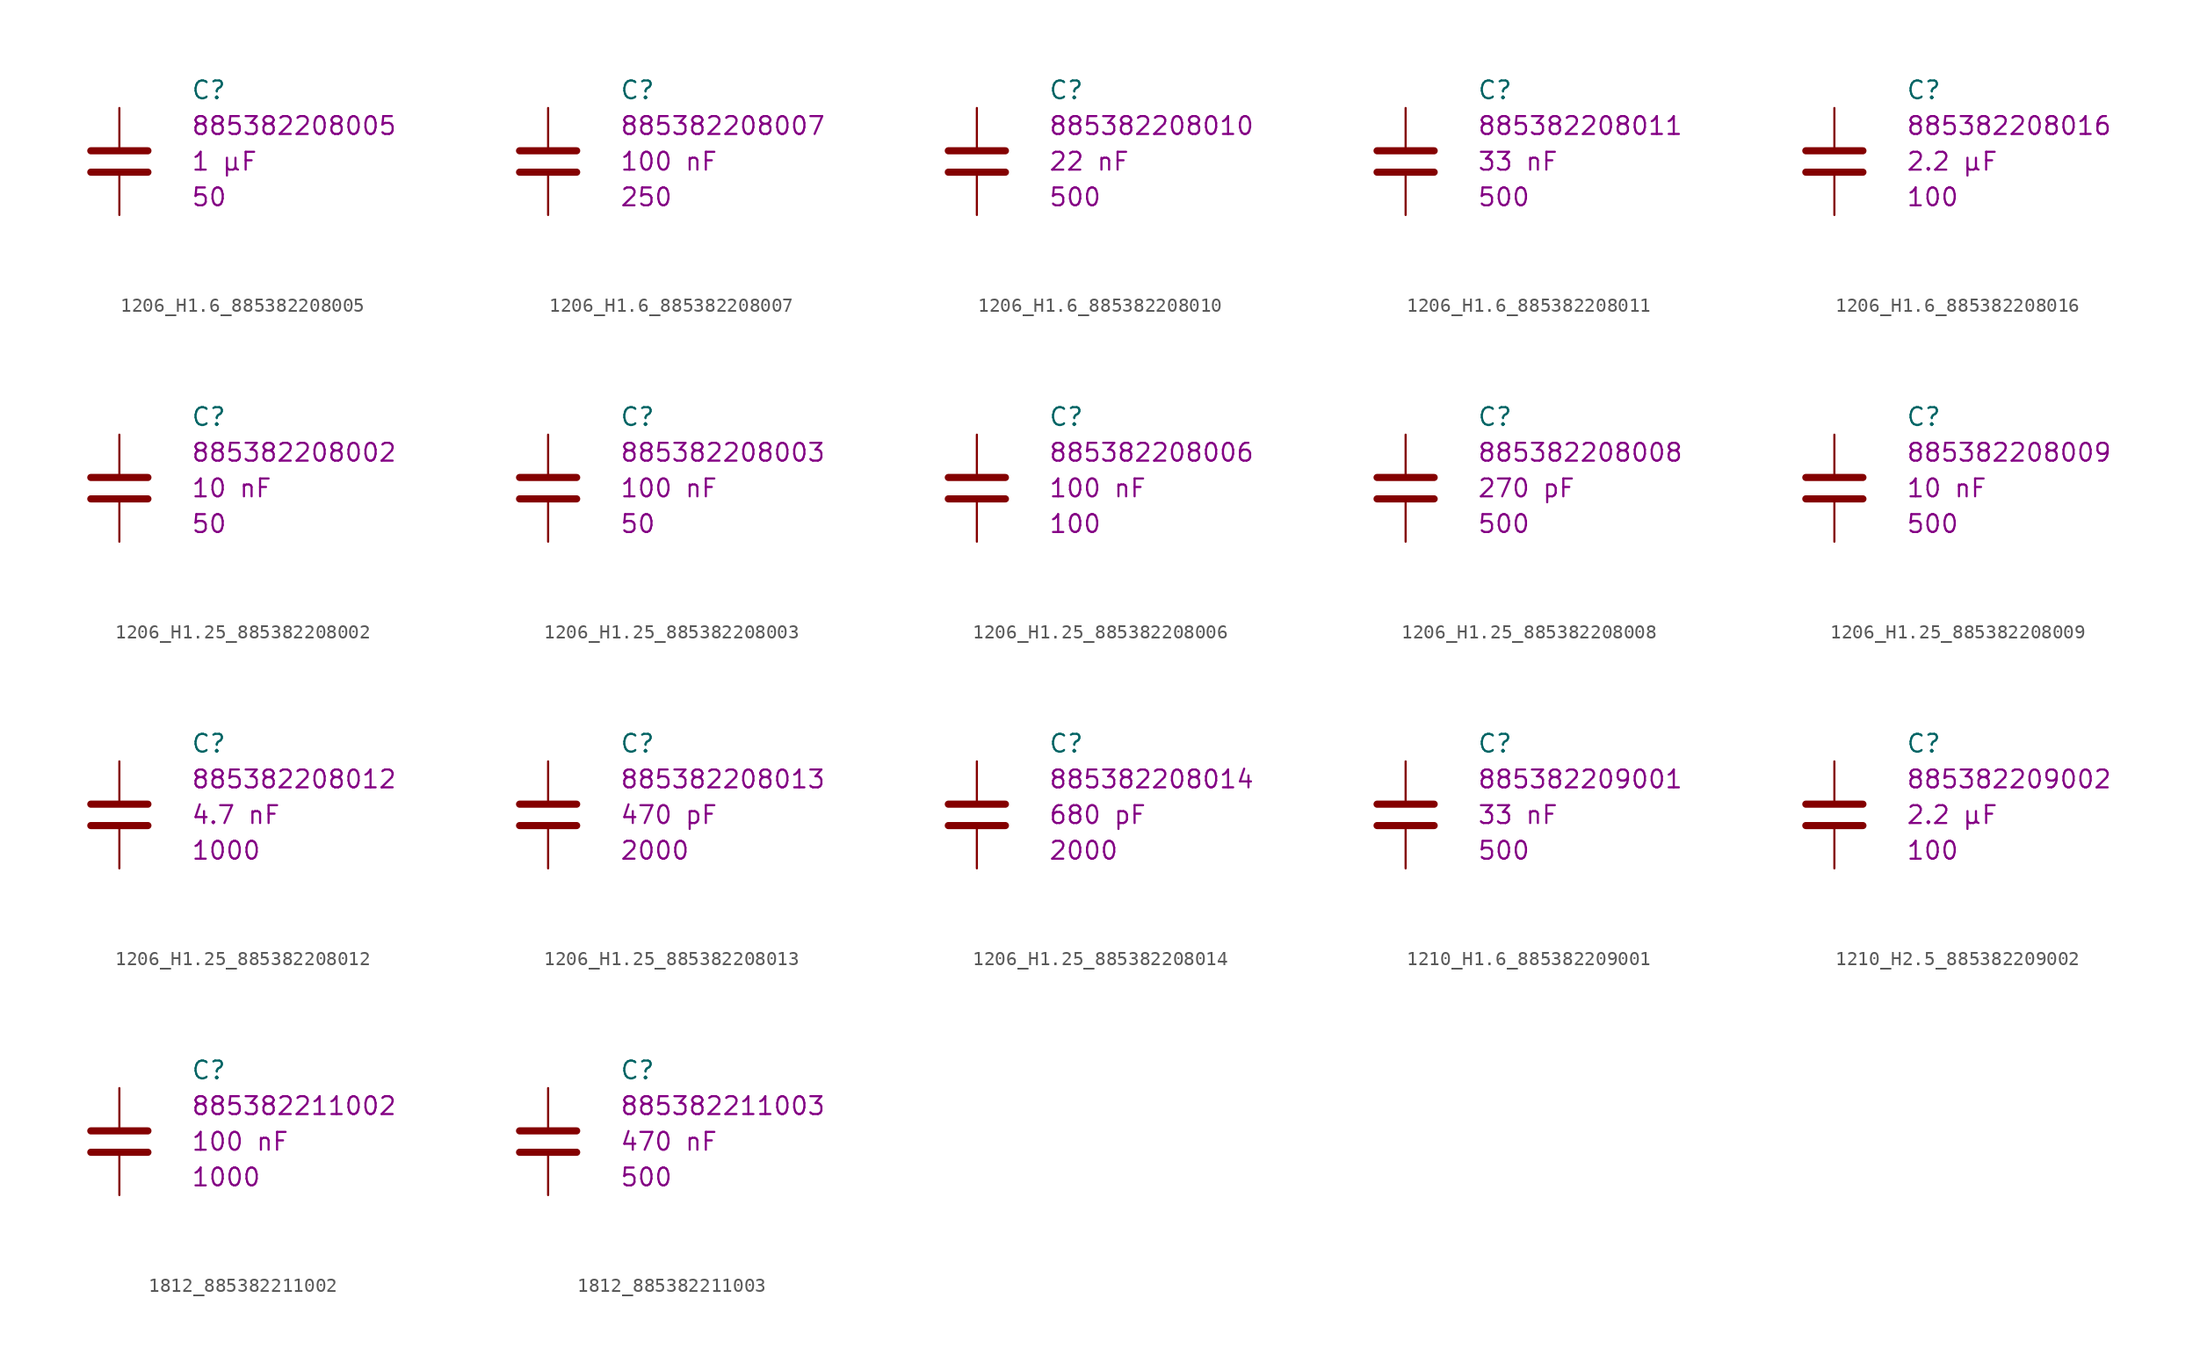
<source format=kicad_sym>
(kicad_symbol_lib
  (version 20220914)
  (generator kicad_symbol_editor)
  (symbol "1206_H1.6_885382208005"
    (pin_numbers hide)
    (pin_names hide)
    (property "Reference" "C"
      (at 5.08 5.08 0)
      (effects (font (size 1.27 1.27)) (justify left)))
    (property "Part Number" "885382208005"
      (at 5.08 2.54 0)
      (effects (font (size 1.27 1.27)) (justify left)))
    (property "Capacitance" "1 µF"
      (at 5.08 0 0)
      (effects (font (size 1.27 1.27)) (justify left)))
    (property "Voltage" "50"
      (at 5.08 -2.54 0)
      (effects (font (size 1.27 1.27)) (justify left)))
    (property "Critical Parameter" ""
      (at 0 -7.62 0)
      (effects (font (size 1.27 1.27))))
    (symbol "1206_H1.6_885382208005_0_1"
      (polyline (pts (xy -2.032 -0.762) (xy 2.032 -0.762)) (stroke (width 0.508) (type default)) (fill (type none)))
      (polyline (pts (xy -2.032 0.762) (xy 2.032 0.762)) (stroke (width 0.508) (type default)) (fill (type none))))
    (symbol "1206_H1.6_885382208005_1_1"
      (pin passive line (at 0 3.81 270) (length 2.794) (name "1" (effects (font (size 1.27 1.27)))) (number "1" (effects (font (size 1.27 1.27)))))
      (pin passive line (at 0 -3.81 90) (length 2.794) (name "2" (effects (font (size 1.27 1.27)))) (number "2" (effects (font (size 1.27 1.27)))))))
  (symbol "1206_H1.6_885382208007"
    (pin_numbers hide)
    (pin_names hide)
    (property "Reference" "C"
      (at 5.08 5.08 0)
      (effects (font (size 1.27 1.27)) (justify left)))
    (property "Part Number" "885382208007"
      (at 5.08 2.54 0)
      (effects (font (size 1.27 1.27)) (justify left)))
    (property "Capacitance" "100 nF"
      (at 5.08 0 0)
      (effects (font (size 1.27 1.27)) (justify left)))
    (property "Voltage" "250"
      (at 5.08 -2.54 0)
      (effects (font (size 1.27 1.27)) (justify left)))
    (property "Critical Parameter" ""
      (at 0 -7.62 0)
      (effects (font (size 1.27 1.27))))
    (symbol "1206_H1.6_885382208007_0_1"
      (polyline (pts (xy -2.032 -0.762) (xy 2.032 -0.762)) (stroke (width 0.508) (type default)) (fill (type none)))
      (polyline (pts (xy -2.032 0.762) (xy 2.032 0.762)) (stroke (width 0.508) (type default)) (fill (type none))))
    (symbol "1206_H1.6_885382208007_1_1"
      (pin passive line (at 0 3.81 270) (length 2.794) (name "1" (effects (font (size 1.27 1.27)))) (number "1" (effects (font (size 1.27 1.27)))))
      (pin passive line (at 0 -3.81 90) (length 2.794) (name "2" (effects (font (size 1.27 1.27)))) (number "2" (effects (font (size 1.27 1.27)))))))
  (symbol "1206_H1.6_885382208010"
    (pin_numbers hide)
    (pin_names hide)
    (property "Reference" "C"
      (at 5.08 5.08 0)
      (effects (font (size 1.27 1.27)) (justify left)))
    (property "Part Number" "885382208010"
      (at 5.08 2.54 0)
      (effects (font (size 1.27 1.27)) (justify left)))
    (property "Capacitance" "22 nF"
      (at 5.08 0 0)
      (effects (font (size 1.27 1.27)) (justify left)))
    (property "Voltage" "500"
      (at 5.08 -2.54 0)
      (effects (font (size 1.27 1.27)) (justify left)))
    (property "Critical Parameter" ""
      (at 0 -7.62 0)
      (effects (font (size 1.27 1.27))))
    (symbol "1206_H1.6_885382208010_0_1"
      (polyline (pts (xy -2.032 -0.762) (xy 2.032 -0.762)) (stroke (width 0.508) (type default)) (fill (type none)))
      (polyline (pts (xy -2.032 0.762) (xy 2.032 0.762)) (stroke (width 0.508) (type default)) (fill (type none))))
    (symbol "1206_H1.6_885382208010_1_1"
      (pin passive line (at 0 3.81 270) (length 2.794) (name "1" (effects (font (size 1.27 1.27)))) (number "1" (effects (font (size 1.27 1.27)))))
      (pin passive line (at 0 -3.81 90) (length 2.794) (name "2" (effects (font (size 1.27 1.27)))) (number "2" (effects (font (size 1.27 1.27)))))))
  (symbol "1206_H1.6_885382208011"
    (pin_numbers hide)
    (pin_names hide)
    (property "Reference" "C"
      (at 5.08 5.08 0)
      (effects (font (size 1.27 1.27)) (justify left)))
    (property "Part Number" "885382208011"
      (at 5.08 2.54 0)
      (effects (font (size 1.27 1.27)) (justify left)))
    (property "Capacitance" "33 nF"
      (at 5.08 0 0)
      (effects (font (size 1.27 1.27)) (justify left)))
    (property "Voltage" "500"
      (at 5.08 -2.54 0)
      (effects (font (size 1.27 1.27)) (justify left)))
    (property "Critical Parameter" ""
      (at 0 -7.62 0)
      (effects (font (size 1.27 1.27))))
    (symbol "1206_H1.6_885382208011_0_1"
      (polyline (pts (xy -2.032 -0.762) (xy 2.032 -0.762)) (stroke (width 0.508) (type default)) (fill (type none)))
      (polyline (pts (xy -2.032 0.762) (xy 2.032 0.762)) (stroke (width 0.508) (type default)) (fill (type none))))
    (symbol "1206_H1.6_885382208011_1_1"
      (pin passive line (at 0 3.81 270) (length 2.794) (name "1" (effects (font (size 1.27 1.27)))) (number "1" (effects (font (size 1.27 1.27)))))
      (pin passive line (at 0 -3.81 90) (length 2.794) (name "2" (effects (font (size 1.27 1.27)))) (number "2" (effects (font (size 1.27 1.27)))))))
  (symbol "1206_H1.6_885382208016"
    (pin_numbers hide)
    (pin_names hide)
    (property "Reference" "C"
      (at 5.08 5.08 0)
      (effects (font (size 1.27 1.27)) (justify left)))
    (property "Part Number" "885382208016"
      (at 5.08 2.54 0)
      (effects (font (size 1.27 1.27)) (justify left)))
    (property "Capacitance" "2.2 µF"
      (at 5.08 0 0)
      (effects (font (size 1.27 1.27)) (justify left)))
    (property "Voltage" "100"
      (at 5.08 -2.54 0)
      (effects (font (size 1.27 1.27)) (justify left)))
    (property "Critical Parameter" ""
      (at 0 -7.62 0)
      (effects (font (size 1.27 1.27))))
    (symbol "1206_H1.6_885382208016_0_1"
      (polyline (pts (xy -2.032 -0.762) (xy 2.032 -0.762)) (stroke (width 0.508) (type default)) (fill (type none)))
      (polyline (pts (xy -2.032 0.762) (xy 2.032 0.762)) (stroke (width 0.508) (type default)) (fill (type none))))
    (symbol "1206_H1.6_885382208016_1_1"
      (pin passive line (at 0 3.81 270) (length 2.794) (name "1" (effects (font (size 1.27 1.27)))) (number "1" (effects (font (size 1.27 1.27)))))
      (pin passive line (at 0 -3.81 90) (length 2.794) (name "2" (effects (font (size 1.27 1.27)))) (number "2" (effects (font (size 1.27 1.27)))))))
  (symbol "1206_H1.25_885382208002"
    (pin_numbers hide)
    (pin_names hide)
    (property "Reference" "C"
      (at 5.08 5.08 0)
      (effects (font (size 1.27 1.27)) (justify left)))
    (property "Part Number" "885382208002"
      (at 5.08 2.54 0)
      (effects (font (size 1.27 1.27)) (justify left)))
    (property "Capacitance" "10 nF"
      (at 5.08 0 0)
      (effects (font (size 1.27 1.27)) (justify left)))
    (property "Voltage" "50"
      (at 5.08 -2.54 0)
      (effects (font (size 1.27 1.27)) (justify left)))
    (property "Critical Parameter" ""
      (at 0 -7.62 0)
      (effects (font (size 1.27 1.27))))
    (symbol "1206_H1.25_885382208002_0_1"
      (polyline (pts (xy -2.032 -0.762) (xy 2.032 -0.762)) (stroke (width 0.508) (type default)) (fill (type none)))
      (polyline (pts (xy -2.032 0.762) (xy 2.032 0.762)) (stroke (width 0.508) (type default)) (fill (type none))))
    (symbol "1206_H1.25_885382208002_1_1"
      (pin passive line (at 0 3.81 270) (length 2.794) (name "1" (effects (font (size 1.27 1.27)))) (number "1" (effects (font (size 1.27 1.27)))))
      (pin passive line (at 0 -3.81 90) (length 2.794) (name "2" (effects (font (size 1.27 1.27)))) (number "2" (effects (font (size 1.27 1.27)))))))
  (symbol "1206_H1.25_885382208003"
    (pin_numbers hide)
    (pin_names hide)
    (property "Reference" "C"
      (at 5.08 5.08 0)
      (effects (font (size 1.27 1.27)) (justify left)))
    (property "Part Number" "885382208003"
      (at 5.08 2.54 0)
      (effects (font (size 1.27 1.27)) (justify left)))
    (property "Capacitance" "100 nF"
      (at 5.08 0 0)
      (effects (font (size 1.27 1.27)) (justify left)))
    (property "Voltage" "50"
      (at 5.08 -2.54 0)
      (effects (font (size 1.27 1.27)) (justify left)))
    (property "Critical Parameter" ""
      (at 0 -7.62 0)
      (effects (font (size 1.27 1.27))))
    (symbol "1206_H1.25_885382208003_0_1"
      (polyline (pts (xy -2.032 -0.762) (xy 2.032 -0.762)) (stroke (width 0.508) (type default)) (fill (type none)))
      (polyline (pts (xy -2.032 0.762) (xy 2.032 0.762)) (stroke (width 0.508) (type default)) (fill (type none))))
    (symbol "1206_H1.25_885382208003_1_1"
      (pin passive line (at 0 3.81 270) (length 2.794) (name "1" (effects (font (size 1.27 1.27)))) (number "1" (effects (font (size 1.27 1.27)))))
      (pin passive line (at 0 -3.81 90) (length 2.794) (name "2" (effects (font (size 1.27 1.27)))) (number "2" (effects (font (size 1.27 1.27)))))))
  (symbol "1206_H1.25_885382208006"
    (pin_numbers hide)
    (pin_names hide)
    (property "Reference" "C"
      (at 5.08 5.08 0)
      (effects (font (size 1.27 1.27)) (justify left)))
    (property "Part Number" "885382208006"
      (at 5.08 2.54 0)
      (effects (font (size 1.27 1.27)) (justify left)))
    (property "Capacitance" "100 nF"
      (at 5.08 0 0)
      (effects (font (size 1.27 1.27)) (justify left)))
    (property "Voltage" "100"
      (at 5.08 -2.54 0)
      (effects (font (size 1.27 1.27)) (justify left)))
    (property "Critical Parameter" ""
      (at 0 -7.62 0)
      (effects (font (size 1.27 1.27))))
    (symbol "1206_H1.25_885382208006_0_1"
      (polyline (pts (xy -2.032 -0.762) (xy 2.032 -0.762)) (stroke (width 0.508) (type default)) (fill (type none)))
      (polyline (pts (xy -2.032 0.762) (xy 2.032 0.762)) (stroke (width 0.508) (type default)) (fill (type none))))
    (symbol "1206_H1.25_885382208006_1_1"
      (pin passive line (at 0 3.81 270) (length 2.794) (name "1" (effects (font (size 1.27 1.27)))) (number "1" (effects (font (size 1.27 1.27)))))
      (pin passive line (at 0 -3.81 90) (length 2.794) (name "2" (effects (font (size 1.27 1.27)))) (number "2" (effects (font (size 1.27 1.27)))))))
  (symbol "1206_H1.25_885382208008"
    (pin_numbers hide)
    (pin_names hide)
    (property "Reference" "C"
      (at 5.08 5.08 0)
      (effects (font (size 1.27 1.27)) (justify left)))
    (property "Part Number" "885382208008"
      (at 5.08 2.54 0)
      (effects (font (size 1.27 1.27)) (justify left)))
    (property "Capacitance" "270 pF"
      (at 5.08 0 0)
      (effects (font (size 1.27 1.27)) (justify left)))
    (property "Voltage" "500"
      (at 5.08 -2.54 0)
      (effects (font (size 1.27 1.27)) (justify left)))
    (property "Critical Parameter" ""
      (at 0 -7.62 0)
      (effects (font (size 1.27 1.27))))
    (symbol "1206_H1.25_885382208008_0_1"
      (polyline (pts (xy -2.032 -0.762) (xy 2.032 -0.762)) (stroke (width 0.508) (type default)) (fill (type none)))
      (polyline (pts (xy -2.032 0.762) (xy 2.032 0.762)) (stroke (width 0.508) (type default)) (fill (type none))))
    (symbol "1206_H1.25_885382208008_1_1"
      (pin passive line (at 0 3.81 270) (length 2.794) (name "1" (effects (font (size 1.27 1.27)))) (number "1" (effects (font (size 1.27 1.27)))))
      (pin passive line (at 0 -3.81 90) (length 2.794) (name "2" (effects (font (size 1.27 1.27)))) (number "2" (effects (font (size 1.27 1.27)))))))
  (symbol "1206_H1.25_885382208009"
    (pin_numbers hide)
    (pin_names hide)
    (property "Reference" "C"
      (at 5.08 5.08 0)
      (effects (font (size 1.27 1.27)) (justify left)))
    (property "Part Number" "885382208009"
      (at 5.08 2.54 0)
      (effects (font (size 1.27 1.27)) (justify left)))
    (property "Capacitance" "10 nF"
      (at 5.08 0 0)
      (effects (font (size 1.27 1.27)) (justify left)))
    (property "Voltage" "500"
      (at 5.08 -2.54 0)
      (effects (font (size 1.27 1.27)) (justify left)))
    (property "Critical Parameter" ""
      (at 0 -7.62 0)
      (effects (font (size 1.27 1.27))))
    (symbol "1206_H1.25_885382208009_0_1"
      (polyline (pts (xy -2.032 -0.762) (xy 2.032 -0.762)) (stroke (width 0.508) (type default)) (fill (type none)))
      (polyline (pts (xy -2.032 0.762) (xy 2.032 0.762)) (stroke (width 0.508) (type default)) (fill (type none))))
    (symbol "1206_H1.25_885382208009_1_1"
      (pin passive line (at 0 3.81 270) (length 2.794) (name "1" (effects (font (size 1.27 1.27)))) (number "1" (effects (font (size 1.27 1.27)))))
      (pin passive line (at 0 -3.81 90) (length 2.794) (name "2" (effects (font (size 1.27 1.27)))) (number "2" (effects (font (size 1.27 1.27)))))))
  (symbol "1206_H1.25_885382208012"
    (pin_numbers hide)
    (pin_names hide)
    (property "Reference" "C"
      (at 5.08 5.08 0)
      (effects (font (size 1.27 1.27)) (justify left)))
    (property "Part Number" "885382208012"
      (at 5.08 2.54 0)
      (effects (font (size 1.27 1.27)) (justify left)))
    (property "Capacitance" "4.7 nF"
      (at 5.08 0 0)
      (effects (font (size 1.27 1.27)) (justify left)))
    (property "Voltage" "1000"
      (at 5.08 -2.54 0)
      (effects (font (size 1.27 1.27)) (justify left)))
    (property "Critical Parameter" ""
      (at 0 -7.62 0)
      (effects (font (size 1.27 1.27))))
    (symbol "1206_H1.25_885382208012_0_1"
      (polyline (pts (xy -2.032 -0.762) (xy 2.032 -0.762)) (stroke (width 0.508) (type default)) (fill (type none)))
      (polyline (pts (xy -2.032 0.762) (xy 2.032 0.762)) (stroke (width 0.508) (type default)) (fill (type none))))
    (symbol "1206_H1.25_885382208012_1_1"
      (pin passive line (at 0 3.81 270) (length 2.794) (name "1" (effects (font (size 1.27 1.27)))) (number "1" (effects (font (size 1.27 1.27)))))
      (pin passive line (at 0 -3.81 90) (length 2.794) (name "2" (effects (font (size 1.27 1.27)))) (number "2" (effects (font (size 1.27 1.27)))))))
  (symbol "1206_H1.25_885382208013"
    (pin_numbers hide)
    (pin_names hide)
    (property "Reference" "C"
      (at 5.08 5.08 0)
      (effects (font (size 1.27 1.27)) (justify left)))
    (property "Part Number" "885382208013"
      (at 5.08 2.54 0)
      (effects (font (size 1.27 1.27)) (justify left)))
    (property "Capacitance" "470 pF"
      (at 5.08 0 0)
      (effects (font (size 1.27 1.27)) (justify left)))
    (property "Voltage" "2000"
      (at 5.08 -2.54 0)
      (effects (font (size 1.27 1.27)) (justify left)))
    (property "Critical Parameter" ""
      (at 0 -7.62 0)
      (effects (font (size 1.27 1.27))))
    (symbol "1206_H1.25_885382208013_0_1"
      (polyline (pts (xy -2.032 -0.762) (xy 2.032 -0.762)) (stroke (width 0.508) (type default)) (fill (type none)))
      (polyline (pts (xy -2.032 0.762) (xy 2.032 0.762)) (stroke (width 0.508) (type default)) (fill (type none))))
    (symbol "1206_H1.25_885382208013_1_1"
      (pin passive line (at 0 3.81 270) (length 2.794) (name "1" (effects (font (size 1.27 1.27)))) (number "1" (effects (font (size 1.27 1.27)))))
      (pin passive line (at 0 -3.81 90) (length 2.794) (name "2" (effects (font (size 1.27 1.27)))) (number "2" (effects (font (size 1.27 1.27)))))))
  (symbol "1206_H1.25_885382208014"
    (pin_numbers hide)
    (pin_names hide)
    (property "Reference" "C"
      (at 5.08 5.08 0)
      (effects (font (size 1.27 1.27)) (justify left)))
    (property "Part Number" "885382208014"
      (at 5.08 2.54 0)
      (effects (font (size 1.27 1.27)) (justify left)))
    (property "Capacitance" "680 pF"
      (at 5.08 0 0)
      (effects (font (size 1.27 1.27)) (justify left)))
    (property "Voltage" "2000"
      (at 5.08 -2.54 0)
      (effects (font (size 1.27 1.27)) (justify left)))
    (property "Critical Parameter" ""
      (at 0 -7.62 0)
      (effects (font (size 1.27 1.27))))
    (symbol "1206_H1.25_885382208014_0_1"
      (polyline (pts (xy -2.032 -0.762) (xy 2.032 -0.762)) (stroke (width 0.508) (type default)) (fill (type none)))
      (polyline (pts (xy -2.032 0.762) (xy 2.032 0.762)) (stroke (width 0.508) (type default)) (fill (type none))))
    (symbol "1206_H1.25_885382208014_1_1"
      (pin passive line (at 0 3.81 270) (length 2.794) (name "1" (effects (font (size 1.27 1.27)))) (number "1" (effects (font (size 1.27 1.27)))))
      (pin passive line (at 0 -3.81 90) (length 2.794) (name "2" (effects (font (size 1.27 1.27)))) (number "2" (effects (font (size 1.27 1.27)))))))
  (symbol "1210_H1.6_885382209001"
    (pin_numbers hide)
    (pin_names hide)
    (property "Reference" "C"
      (at 5.08 5.08 0)
      (effects (font (size 1.27 1.27)) (justify left)))
    (property "Part Number" "885382209001"
      (at 5.08 2.54 0)
      (effects (font (size 1.27 1.27)) (justify left)))
    (property "Capacitance" "33 nF"
      (at 5.08 0 0)
      (effects (font (size 1.27 1.27)) (justify left)))
    (property "Voltage" "500"
      (at 5.08 -2.54 0)
      (effects (font (size 1.27 1.27)) (justify left)))
    (property "Critical Parameter" ""
      (at 0 -7.62 0)
      (effects (font (size 1.27 1.27))))
    (symbol "1210_H1.6_885382209001_0_1"
      (polyline (pts (xy -2.032 -0.762) (xy 2.032 -0.762)) (stroke (width 0.508) (type default)) (fill (type none)))
      (polyline (pts (xy -2.032 0.762) (xy 2.032 0.762)) (stroke (width 0.508) (type default)) (fill (type none))))
    (symbol "1210_H1.6_885382209001_1_1"
      (pin passive line (at 0 3.81 270) (length 2.794) (name "1" (effects (font (size 1.27 1.27)))) (number "1" (effects (font (size 1.27 1.27)))))
      (pin passive line (at 0 -3.81 90) (length 2.794) (name "2" (effects (font (size 1.27 1.27)))) (number "2" (effects (font (size 1.27 1.27)))))))
  (symbol "1210_H2.5_885382209002"
    (pin_numbers hide)
    (pin_names hide)
    (property "Reference" "C"
      (at 5.08 5.08 0)
      (effects (font (size 1.27 1.27)) (justify left)))
    (property "Part Number" "885382209002"
      (at 5.08 2.54 0)
      (effects (font (size 1.27 1.27)) (justify left)))
    (property "Capacitance" "2.2 µF"
      (at 5.08 0 0)
      (effects (font (size 1.27 1.27)) (justify left)))
    (property "Voltage" "100"
      (at 5.08 -2.54 0)
      (effects (font (size 1.27 1.27)) (justify left)))
    (property "Critical Parameter" ""
      (at 0 -7.62 0)
      (effects (font (size 1.27 1.27))))
    (symbol "1210_H2.5_885382209002_0_1"
      (polyline (pts (xy -2.032 -0.762) (xy 2.032 -0.762)) (stroke (width 0.508) (type default)) (fill (type none)))
      (polyline (pts (xy -2.032 0.762) (xy 2.032 0.762)) (stroke (width 0.508) (type default)) (fill (type none))))
    (symbol "1210_H2.5_885382209002_1_1"
      (pin passive line (at 0 3.81 270) (length 2.794) (name "1" (effects (font (size 1.27 1.27)))) (number "1" (effects (font (size 1.27 1.27)))))
      (pin passive line (at 0 -3.81 90) (length 2.794) (name "2" (effects (font (size 1.27 1.27)))) (number "2" (effects (font (size 1.27 1.27)))))))
  (symbol "1812_885382211002"
    (pin_numbers hide)
    (pin_names hide)
    (property "Reference" "C"
      (at 5.08 5.08 0)
      (effects (font (size 1.27 1.27)) (justify left)))
    (property "Part Number" "885382211002"
      (at 5.08 2.54 0)
      (effects (font (size 1.27 1.27)) (justify left)))
    (property "Capacitance" "100 nF"
      (at 5.08 0 0)
      (effects (font (size 1.27 1.27)) (justify left)))
    (property "Voltage" "1000"
      (at 5.08 -2.54 0)
      (effects (font (size 1.27 1.27)) (justify left)))
    (property "Critical Parameter" ""
      (at 0 -7.62 0)
      (effects (font (size 1.27 1.27))))
    (symbol "1812_885382211002_0_1"
      (polyline (pts (xy -2.032 -0.762) (xy 2.032 -0.762)) (stroke (width 0.508) (type default)) (fill (type none)))
      (polyline (pts (xy -2.032 0.762) (xy 2.032 0.762)) (stroke (width 0.508) (type default)) (fill (type none))))
    (symbol "1812_885382211002_1_1"
      (pin passive line (at 0 3.81 270) (length 2.794) (name "1" (effects (font (size 1.27 1.27)))) (number "1" (effects (font (size 1.27 1.27)))))
      (pin passive line (at 0 -3.81 90) (length 2.794) (name "2" (effects (font (size 1.27 1.27)))) (number "2" (effects (font (size 1.27 1.27)))))))
  (symbol "1812_885382211003"
    (pin_numbers hide)
    (pin_names hide)
    (property "Reference" "C"
      (at 5.08 5.08 0)
      (effects (font (size 1.27 1.27)) (justify left)))
    (property "Part Number" "885382211003"
      (at 5.08 2.54 0)
      (effects (font (size 1.27 1.27)) (justify left)))
    (property "Capacitance" "470 nF"
      (at 5.08 0 0)
      (effects (font (size 1.27 1.27)) (justify left)))
    (property "Voltage" "500"
      (at 5.08 -2.54 0)
      (effects (font (size 1.27 1.27)) (justify left)))
    (property "Critical Parameter" ""
      (at 0 -7.62 0)
      (effects (font (size 1.27 1.27))))
    (symbol "1812_885382211003_0_1"
      (polyline (pts (xy -2.032 -0.762) (xy 2.032 -0.762)) (stroke (width 0.508) (type default)) (fill (type none)))
      (polyline (pts (xy -2.032 0.762) (xy 2.032 0.762)) (stroke (width 0.508) (type default)) (fill (type none))))
    (symbol "1812_885382211003_1_1"
      (pin passive line (at 0 3.81 270) (length 2.794) (name "1" (effects (font (size 1.27 1.27)))) (number "1" (effects (font (size 1.27 1.27)))))
      (pin passive line (at 0 -3.81 90) (length 2.794) (name "2" (effects (font (size 1.27 1.27)))) (number "2" (effects (font (size 1.27 1.27))))))))
</source>
